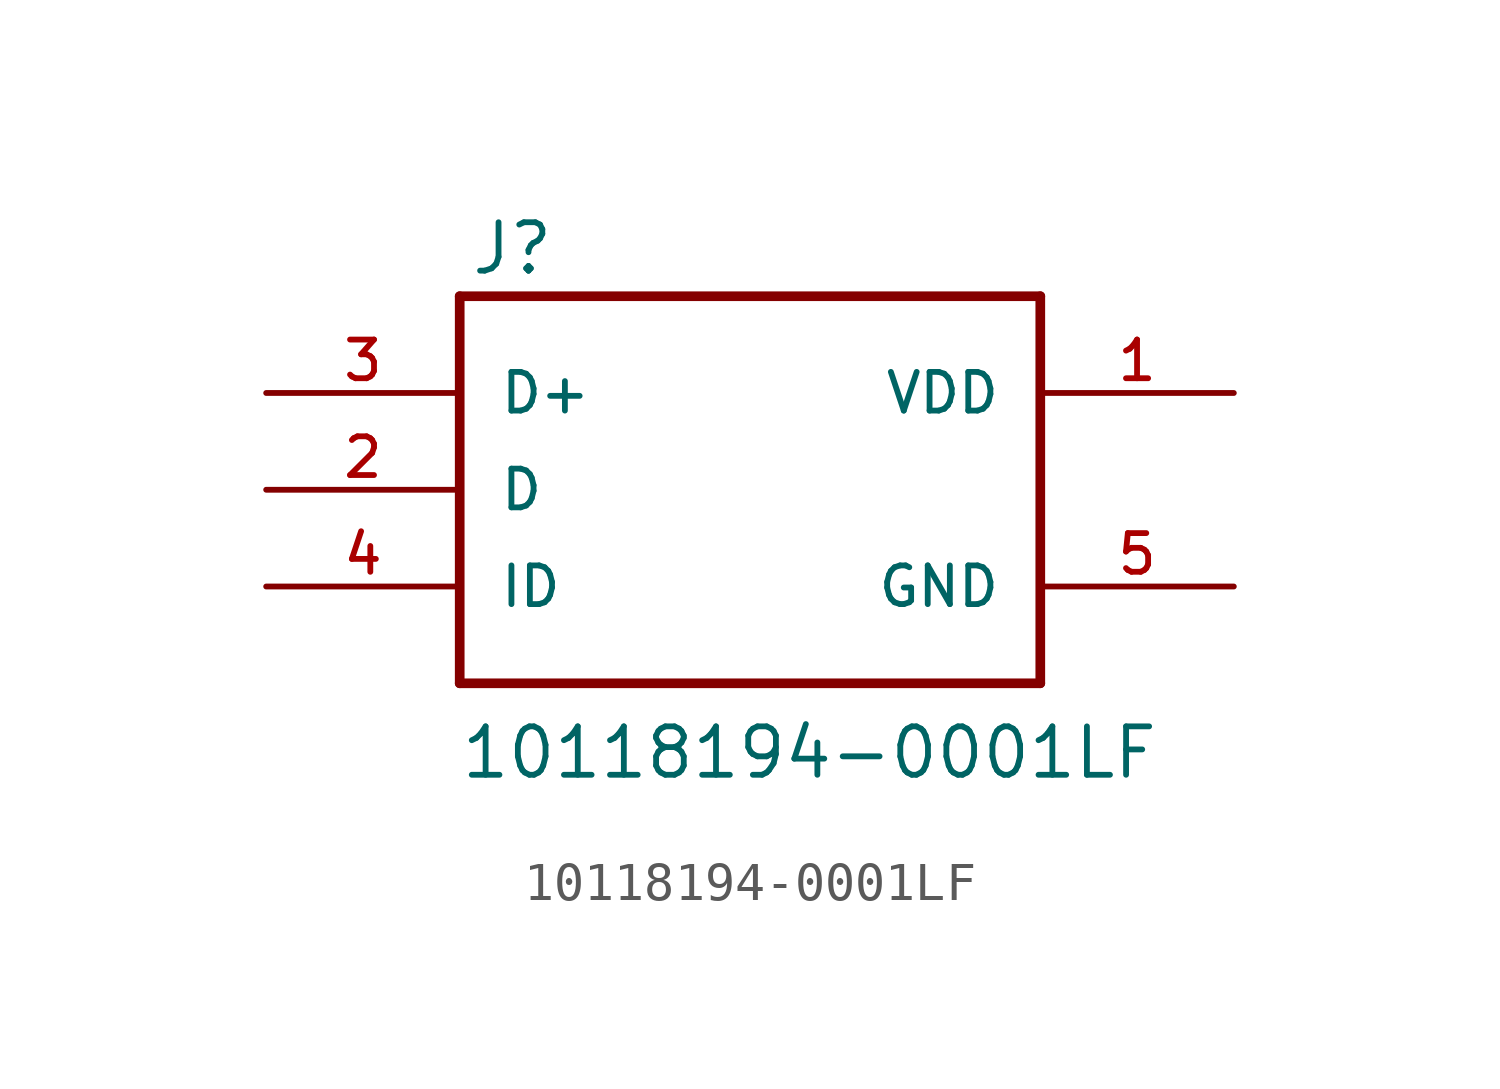
<source format=kicad_sym>
(kicad_symbol_lib
  (version 20231120)
  (generator "kicad_symbol_editor")
  (generator_version "8.0")
  (symbol "10118194-0001LF"
    (pin_names
      (offset 1.016))
    (property "Reference" "J"
      (at -7.366 5.588 0)
      (effects (font (size 1.27 1.27)) (justify left bottom)))
    (property "Value" "10118194-0001LF"
      (at -7.645 -7.645 0)
      (effects (font (size 1.27 1.27)) (justify left bottom)))
    (symbol "10118194-0001LF_0_0"
      (polyline (pts (xy -7.62 -5.08) (xy 7.62 -5.08)) (stroke (width 0.254) (type default)) (fill (type none)))
      (polyline (pts (xy -7.62 5.08) (xy -7.62 -5.08)) (stroke (width 0.254) (type default)) (fill (type none)))
      (polyline (pts (xy 7.62 -5.08) (xy 7.62 5.08)) (stroke (width 0.254) (type default)) (fill (type none)))
      (polyline (pts (xy 7.62 5.08) (xy -7.62 5.08)) (stroke (width 0.254) (type default)) (fill (type none)))
      (pin power_out line (at 12.7 2.54 180) (length 5.08) (name "VDD" (effects (font (size 1.016 1.016)))) (number "1" (effects (font (size 1.016 1.016)))))
      (pin bidirectional line (at -12.7 0 0) (length 5.08) (name "D" (effects (font (size 1.016 1.016)))) (number "2" (effects (font (size 1.016 1.016)))))
      (pin bidirectional line (at -12.7 2.54 0) (length 5.08) (name "D+" (effects (font (size 1.016 1.016)))) (number "3" (effects (font (size 1.016 1.016)))))
      (pin passive line (at -12.7 -2.54 0) (length 5.08) (name "ID" (effects (font (size 1.016 1.016)))) (number "4" (effects (font (size 1.016 1.016)))))
      (pin power_out line (at 12.7 -2.54 180) (length 5.08) (name "GND" (effects (font (size 1.016 1.016)))) (number "5" (effects (font (size 1.016 1.016))))))))
</source>
